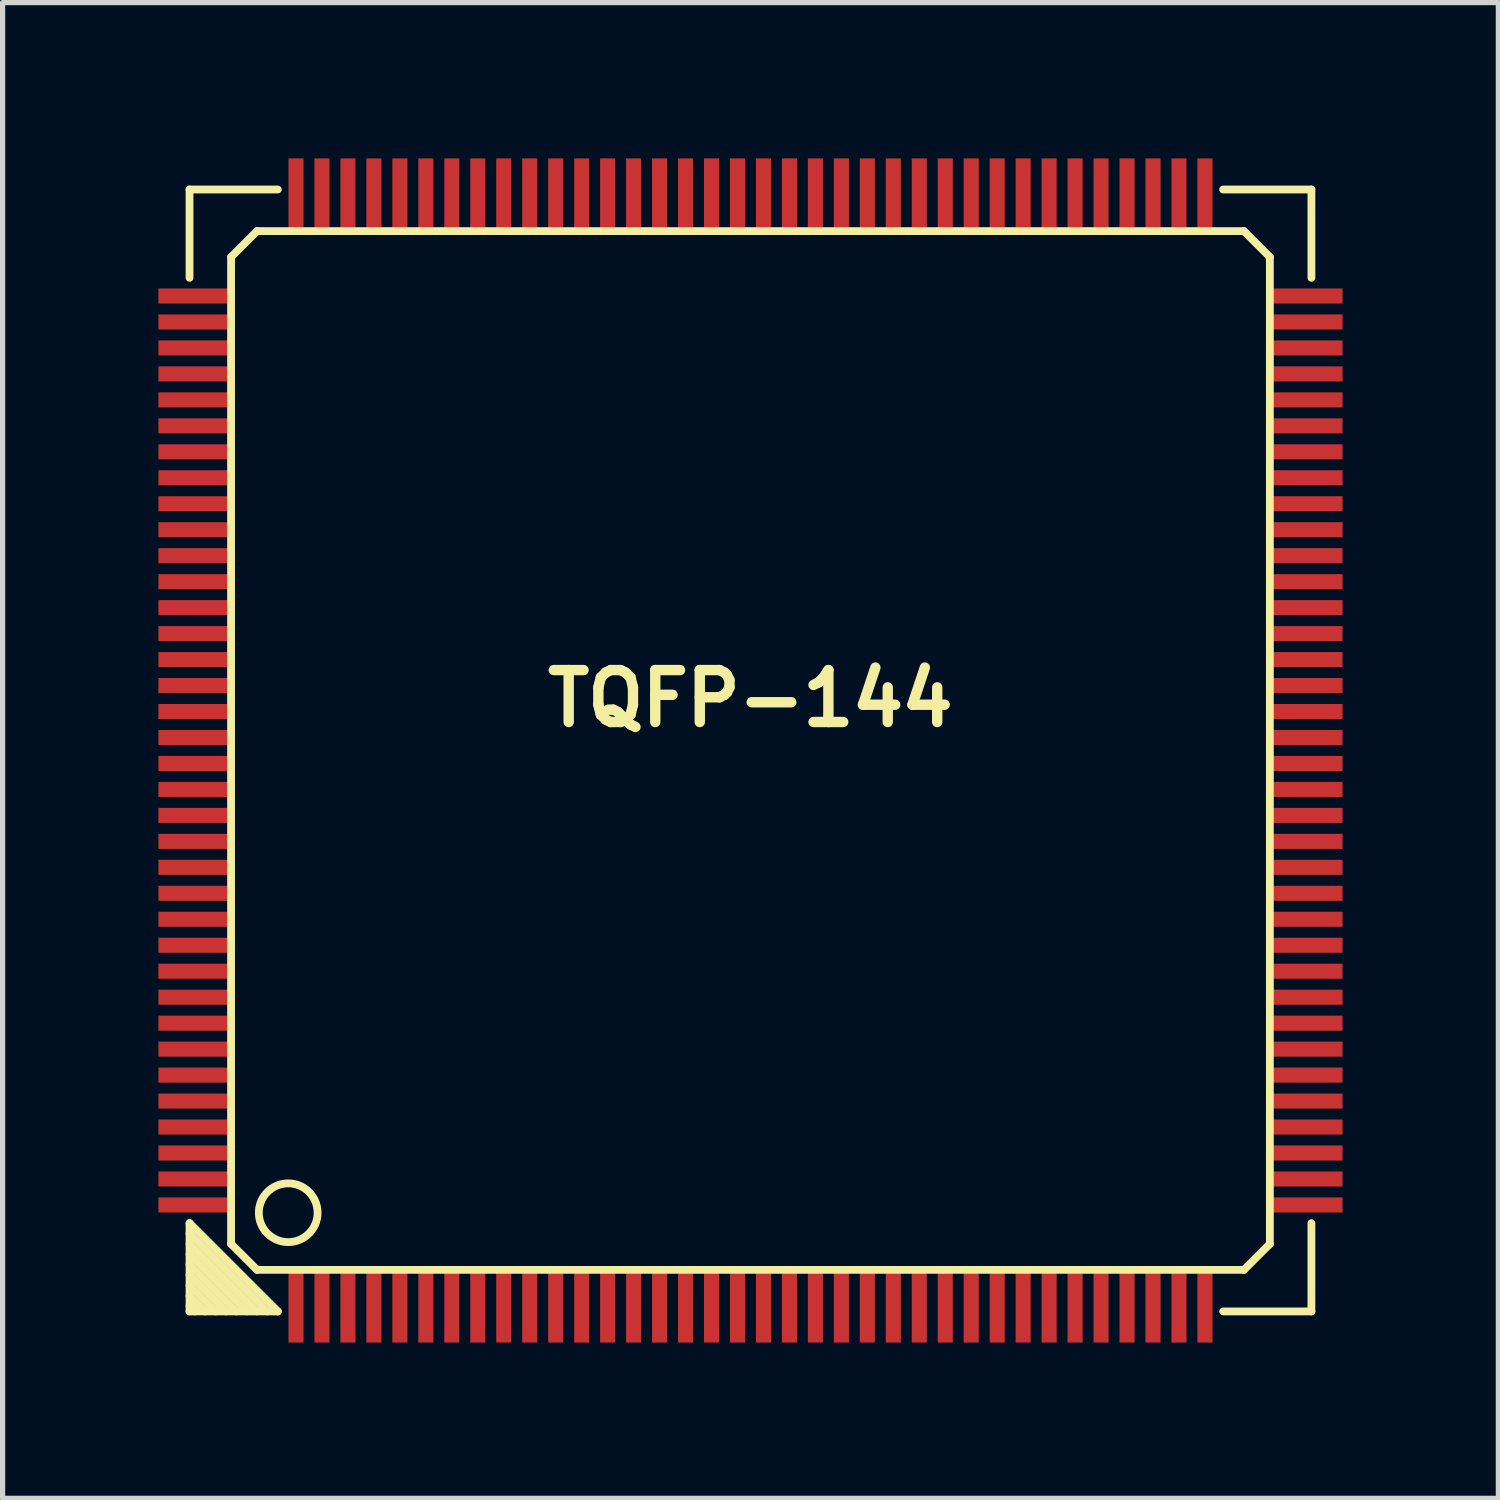
<source format=kicad_pcb>
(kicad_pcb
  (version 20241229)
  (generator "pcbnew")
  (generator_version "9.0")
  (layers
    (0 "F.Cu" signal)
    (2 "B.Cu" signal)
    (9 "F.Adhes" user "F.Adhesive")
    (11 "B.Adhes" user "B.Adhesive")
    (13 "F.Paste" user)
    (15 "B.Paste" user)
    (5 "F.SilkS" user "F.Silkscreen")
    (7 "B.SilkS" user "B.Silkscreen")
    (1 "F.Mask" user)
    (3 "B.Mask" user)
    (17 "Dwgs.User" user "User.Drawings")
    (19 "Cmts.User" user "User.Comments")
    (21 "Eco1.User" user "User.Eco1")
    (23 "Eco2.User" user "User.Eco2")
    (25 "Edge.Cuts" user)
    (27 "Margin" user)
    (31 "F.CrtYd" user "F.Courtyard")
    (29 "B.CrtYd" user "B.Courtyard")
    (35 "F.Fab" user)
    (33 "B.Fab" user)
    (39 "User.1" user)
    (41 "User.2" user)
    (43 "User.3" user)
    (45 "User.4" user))
  (footprint "TQFP-144"
    (layer "F.Cu")
    (at 11.399 11.399)
    (property "Reference" "TQFP-144" (at 0 -1 0) (layer "F.SilkS") (effects (font (size 1 1) (thickness 0.2))))
    (attr through_hole)
    (fp_line (start -10.8 -10.8) (end -9.1 -10.8) (stroke (width 0.15) (type solid)) (layer "F.SilkS"))
    (fp_line (start -10.8 -9.1) (end -10.8 -10.8) (stroke (width 0.15) (type solid)) (layer "F.SilkS"))
    (fp_line (start -10.8 9.1) (end -9.1 10.8) (stroke (width 0.15) (type solid)) (layer "F.SilkS"))
    (fp_line (start -10.8 9.5) (end -9.5 10.8) (stroke (width 0.15) (type solid)) (layer "F.SilkS"))
    (fp_line (start -10.8 9.9) (end -9.9 10.8) (stroke (width 0.15) (type solid)) (layer "F.SilkS"))
    (fp_line (start -10.8 10.3) (end -10.3 10.8) (stroke (width 0.15) (type solid)) (layer "F.SilkS"))
    (fp_line (start -10.8 10.7) (end -10.7 10.8) (stroke (width 0.15) (type solid)) (layer "F.SilkS"))
    (fp_line (start -10.8 10.8) (end -10.8 9.1) (stroke (width 0.15) (type solid)) (layer "F.SilkS"))
    (fp_line (start -10.5 10.8) (end -10.8 10.5) (stroke (width 0.15) (type solid)) (layer "F.SilkS"))
    (fp_line (start -10.1 10.8) (end -10.8 10.1) (stroke (width 0.15) (type solid)) (layer "F.SilkS"))
    (fp_line (start -10 -9.5) (end -9.5 -10) (stroke (width 0.15) (type solid)) (layer "F.SilkS"))
    (fp_line (start -10 9.5) (end -10 -9.5) (stroke (width 0.15) (type solid)) (layer "F.SilkS"))
    (fp_line (start -9.7 10.8) (end -10.8 9.7) (stroke (width 0.15) (type solid)) (layer "F.SilkS"))
    (fp_line (start -9.5 -10) (end 9.5 -10) (stroke (width 0.15) (type solid)) (layer "F.SilkS"))
    (fp_line (start -9.5 10) (end -10 9.5) (stroke (width 0.15) (type solid)) (layer "F.SilkS"))
    (fp_line (start -9.3 10.8) (end -10.8 9.3) (stroke (width 0.15) (type solid)) (layer "F.SilkS"))
    (fp_line (start -9.1 10.8) (end -10.8 10.8) (stroke (width 0.15) (type solid)) (layer "F.SilkS"))
    (fp_line (start 9.1 -10.8) (end 10.8 -10.8) (stroke (width 0.15) (type solid)) (layer "F.SilkS"))
    (fp_line (start 9.5 -10) (end 10 -9.5) (stroke (width 0.15) (type solid)) (layer "F.SilkS"))
    (fp_line (start 9.5 10) (end -9.5 10) (stroke (width 0.15) (type solid)) (layer "F.SilkS"))
    (fp_line (start 10 -9.5) (end 10 9.5) (stroke (width 0.15) (type solid)) (layer "F.SilkS"))
    (fp_line (start 10 9.5) (end 9.5 10) (stroke (width 0.15) (type solid)) (layer "F.SilkS"))
    (fp_line (start 10.8 -10.8) (end 10.8 -9.1) (stroke (width 0.15) (type solid)) (layer "F.SilkS"))
    (fp_line (start 10.8 9.1) (end 10.8 10.8) (stroke (width 0.15) (type solid)) (layer "F.SilkS"))
    (fp_line (start 10.8 10.8) (end 9.1 10.8) (stroke (width 0.15) (type solid)) (layer "F.SilkS"))
    (fp_circle (center -8.9 8.9) (end -9.3 9.3) (stroke (width 0.15) (type solid)) (fill no) (layer "F.SilkS"))
    (pad "1" smd rect (at -8.75 10.724) (size 0.29 1.35) (layers "F.Cu" "F.Mask" "F.Paste"))
    (pad "2" smd rect (at -8.25 10.724) (size 0.29 1.35) (layers "F.Cu" "F.Mask" "F.Paste"))
    (pad "3" smd rect (at -7.75 10.724) (size 0.29 1.35) (layers "F.Cu" "F.Mask" "F.Paste"))
    (pad "4" smd rect (at -7.25 10.724) (size 0.29 1.35) (layers "F.Cu" "F.Mask" "F.Paste"))
    (pad "5" smd rect (at -6.75 10.724) (size 0.29 1.35) (layers "F.Cu" "F.Mask" "F.Paste"))
    (pad "6" smd rect (at -6.25 10.724) (size 0.29 1.35) (layers "F.Cu" "F.Mask" "F.Paste"))
    (pad "7" smd rect (at -5.75 10.724) (size 0.29 1.35) (layers "F.Cu" "F.Mask" "F.Paste"))
    (pad "8" smd rect (at -5.25 10.724) (size 0.29 1.35) (layers "F.Cu" "F.Mask" "F.Paste"))
    (pad "9" smd rect (at -4.75 10.724) (size 0.29 1.35) (layers "F.Cu" "F.Mask" "F.Paste"))
    (pad "10" smd rect (at -4.25 10.724) (size 0.29 1.35) (layers "F.Cu" "F.Mask" "F.Paste"))
    (pad "11" smd rect (at -3.75 10.724) (size 0.29 1.35) (layers "F.Cu" "F.Mask" "F.Paste"))
    (pad "12" smd rect (at -3.25 10.724) (size 0.29 1.35) (layers "F.Cu" "F.Mask" "F.Paste"))
    (pad "13" smd rect (at -2.75 10.724) (size 0.29 1.35) (layers "F.Cu" "F.Mask" "F.Paste"))
    (pad "14" smd rect (at -2.25 10.724) (size 0.29 1.35) (layers "F.Cu" "F.Mask" "F.Paste"))
    (pad "15" smd rect (at -1.75 10.724) (size 0.29 1.35) (layers "F.Cu" "F.Mask" "F.Paste"))
    (pad "16" smd rect (at -1.25 10.724) (size 0.29 1.35) (layers "F.Cu" "F.Mask" "F.Paste"))
    (pad "17" smd rect (at -0.75 10.724) (size 0.29 1.35) (layers "F.Cu" "F.Mask" "F.Paste"))
    (pad "18" smd rect (at -0.25 10.724) (size 0.29 1.35) (layers "F.Cu" "F.Mask" "F.Paste"))
    (pad "19" smd rect (at 0.25 10.724) (size 0.29 1.35) (layers "F.Cu" "F.Mask" "F.Paste"))
    (pad "20" smd rect (at 0.75 10.724) (size 0.29 1.35) (layers "F.Cu" "F.Mask" "F.Paste"))
    (pad "21" smd rect (at 1.25 10.724) (size 0.29 1.35) (layers "F.Cu" "F.Mask" "F.Paste"))
    (pad "22" smd rect (at 1.75 10.724) (size 0.29 1.35) (layers "F.Cu" "F.Mask" "F.Paste"))
    (pad "23" smd rect (at 2.25 10.724) (size 0.29 1.35) (layers "F.Cu" "F.Mask" "F.Paste"))
    (pad "24" smd rect (at 2.75 10.724) (size 0.29 1.35) (layers "F.Cu" "F.Mask" "F.Paste"))
    (pad "25" smd rect (at 3.25 10.724) (size 0.29 1.35) (layers "F.Cu" "F.Mask" "F.Paste"))
    (pad "26" smd rect (at 3.75 10.724) (size 0.29 1.35) (layers "F.Cu" "F.Mask" "F.Paste"))
    (pad "27" smd rect (at 4.25 10.724) (size 0.29 1.35) (layers "F.Cu" "F.Mask" "F.Paste"))
    (pad "28" smd rect (at 4.75 10.724) (size 0.29 1.35) (layers "F.Cu" "F.Mask" "F.Paste"))
    (pad "29" smd rect (at 5.25 10.724) (size 0.29 1.35) (layers "F.Cu" "F.Mask" "F.Paste"))
    (pad "30" smd rect (at 5.75 10.724) (size 0.29 1.35) (layers "F.Cu" "F.Mask" "F.Paste"))
    (pad "31" smd rect (at 6.25 10.724) (size 0.29 1.35) (layers "F.Cu" "F.Mask" "F.Paste"))
    (pad "32" smd rect (at 6.75 10.724) (size 0.29 1.35) (layers "F.Cu" "F.Mask" "F.Paste"))
    (pad "33" smd rect (at 7.25 10.724) (size 0.29 1.35) (layers "F.Cu" "F.Mask" "F.Paste"))
    (pad "34" smd rect (at 7.75 10.724) (size 0.29 1.35) (layers "F.Cu" "F.Mask" "F.Paste"))
    (pad "35" smd rect (at 8.25 10.724) (size 0.29 1.35) (layers "F.Cu" "F.Mask" "F.Paste"))
    (pad "36" smd rect (at 8.75 10.724) (size 0.29 1.35) (layers "F.Cu" "F.Mask" "F.Paste"))
    (pad "37" smd rect (at 10.724 8.75) (size 1.35 0.29) (layers "F.Cu" "F.Mask" "F.Paste"))
    (pad "38" smd rect (at 10.724 8.25) (size 1.35 0.29) (layers "F.Cu" "F.Mask" "F.Paste"))
    (pad "39" smd rect (at 10.724 7.75) (size 1.35 0.29) (layers "F.Cu" "F.Mask" "F.Paste"))
    (pad "40" smd rect (at 10.724 7.25) (size 1.35 0.29) (layers "F.Cu" "F.Mask" "F.Paste"))
    (pad "41" smd rect (at 10.724 6.75) (size 1.35 0.29) (layers "F.Cu" "F.Mask" "F.Paste"))
    (pad "42" smd rect (at 10.724 6.25) (size 1.35 0.29) (layers "F.Cu" "F.Mask" "F.Paste"))
    (pad "43" smd rect (at 10.724 5.75) (size 1.35 0.29) (layers "F.Cu" "F.Mask" "F.Paste"))
    (pad "44" smd rect (at 10.724 5.25) (size 1.35 0.29) (layers "F.Cu" "F.Mask" "F.Paste"))
    (pad "45" smd rect (at 10.724 4.75) (size 1.35 0.29) (layers "F.Cu" "F.Mask" "F.Paste"))
    (pad "46" smd rect (at 10.724 4.25) (size 1.35 0.29) (layers "F.Cu" "F.Mask" "F.Paste"))
    (pad "47" smd rect (at 10.724 3.75) (size 1.35 0.29) (layers "F.Cu" "F.Mask" "F.Paste"))
    (pad "48" smd rect (at 10.724 3.25) (size 1.35 0.29) (layers "F.Cu" "F.Mask" "F.Paste"))
    (pad "49" smd rect (at 10.724 2.75) (size 1.35 0.29) (layers "F.Cu" "F.Mask" "F.Paste"))
    (pad "50" smd rect (at 10.724 2.25) (size 1.35 0.29) (layers "F.Cu" "F.Mask" "F.Paste"))
    (pad "51" smd rect (at 10.724 1.75) (size 1.35 0.29) (layers "F.Cu" "F.Mask" "F.Paste"))
    (pad "52" smd rect (at 10.724 1.25) (size 1.35 0.29) (layers "F.Cu" "F.Mask" "F.Paste"))
    (pad "53" smd rect (at 10.724 0.75) (size 1.35 0.29) (layers "F.Cu" "F.Mask" "F.Paste"))
    (pad "54" smd rect (at 10.724 0.25) (size 1.35 0.29) (layers "F.Cu" "F.Mask" "F.Paste"))
    (pad "55" smd rect (at 10.724 -0.25) (size 1.35 0.29) (layers "F.Cu" "F.Mask" "F.Paste"))
    (pad "56" smd rect (at 10.724 -0.75) (size 1.35 0.29) (layers "F.Cu" "F.Mask" "F.Paste"))
    (pad "57" smd rect (at 10.724 -1.25) (size 1.35 0.29) (layers "F.Cu" "F.Mask" "F.Paste"))
    (pad "58" smd rect (at 10.724 -1.75) (size 1.35 0.29) (layers "F.Cu" "F.Mask" "F.Paste"))
    (pad "59" smd rect (at 10.724 -2.25) (size 1.35 0.29) (layers "F.Cu" "F.Mask" "F.Paste"))
    (pad "60" smd rect (at 10.724 -2.75) (size 1.35 0.29) (layers "F.Cu" "F.Mask" "F.Paste"))
    (pad "61" smd rect (at 10.724 -3.25) (size 1.35 0.29) (layers "F.Cu" "F.Mask" "F.Paste"))
    (pad "62" smd rect (at 10.724 -3.75) (size 1.35 0.29) (layers "F.Cu" "F.Mask" "F.Paste"))
    (pad "63" smd rect (at 10.724 -4.25) (size 1.35 0.29) (layers "F.Cu" "F.Mask" "F.Paste"))
    (pad "64" smd rect (at 10.724 -4.75) (size 1.35 0.29) (layers "F.Cu" "F.Mask" "F.Paste"))
    (pad "65" smd rect (at 10.724 -5.25) (size 1.35 0.29) (layers "F.Cu" "F.Mask" "F.Paste"))
    (pad "66" smd rect (at 10.724 -5.75) (size 1.35 0.29) (layers "F.Cu" "F.Mask" "F.Paste"))
    (pad "67" smd rect (at 10.724 -6.25) (size 1.35 0.29) (layers "F.Cu" "F.Mask" "F.Paste"))
    (pad "68" smd rect (at 10.724 -6.75) (size 1.35 0.29) (layers "F.Cu" "F.Mask" "F.Paste"))
    (pad "69" smd rect (at 10.724 -7.25) (size 1.35 0.29) (layers "F.Cu" "F.Mask" "F.Paste"))
    (pad "70" smd rect (at 10.724 -7.75) (size 1.35 0.29) (layers "F.Cu" "F.Mask" "F.Paste"))
    (pad "71" smd rect (at 10.724 -8.25) (size 1.35 0.29) (layers "F.Cu" "F.Mask" "F.Paste"))
    (pad "72" smd rect (at 10.724 -8.75) (size 1.35 0.29) (layers "F.Cu" "F.Mask" "F.Paste"))
    (pad "73" smd rect (at 8.75 -10.724) (size 0.29 1.35) (layers "F.Cu" "F.Mask" "F.Paste"))
    (pad "74" smd rect (at 8.25 -10.724) (size 0.29 1.35) (layers "F.Cu" "F.Mask" "F.Paste"))
    (pad "75" smd rect (at 7.75 -10.724) (size 0.29 1.35) (layers "F.Cu" "F.Mask" "F.Paste"))
    (pad "76" smd rect (at 7.25 -10.724) (size 0.29 1.35) (layers "F.Cu" "F.Mask" "F.Paste"))
    (pad "77" smd rect (at 6.75 -10.724) (size 0.29 1.35) (layers "F.Cu" "F.Mask" "F.Paste"))
    (pad "78" smd rect (at 6.25 -10.724) (size 0.29 1.35) (layers "F.Cu" "F.Mask" "F.Paste"))
    (pad "79" smd rect (at 5.75 -10.724) (size 0.29 1.35) (layers "F.Cu" "F.Mask" "F.Paste"))
    (pad "80" smd rect (at 5.25 -10.724) (size 0.29 1.35) (layers "F.Cu" "F.Mask" "F.Paste"))
    (pad "81" smd rect (at 4.75 -10.724) (size 0.29 1.35) (layers "F.Cu" "F.Mask" "F.Paste"))
    (pad "82" smd rect (at 4.25 -10.724) (size 0.29 1.35) (layers "F.Cu" "F.Mask" "F.Paste"))
    (pad "83" smd rect (at 3.75 -10.724) (size 0.29 1.35) (layers "F.Cu" "F.Mask" "F.Paste"))
    (pad "84" smd rect (at 3.25 -10.724) (size 0.29 1.35) (layers "F.Cu" "F.Mask" "F.Paste"))
    (pad "85" smd rect (at 2.75 -10.724) (size 0.29 1.35) (layers "F.Cu" "F.Mask" "F.Paste"))
    (pad "86" smd rect (at 2.25 -10.724) (size 0.29 1.35) (layers "F.Cu" "F.Mask" "F.Paste"))
    (pad "87" smd rect (at 1.75 -10.724) (size 0.29 1.35) (layers "F.Cu" "F.Mask" "F.Paste"))
    (pad "88" smd rect (at 1.25 -10.724) (size 0.29 1.35) (layers "F.Cu" "F.Mask" "F.Paste"))
    (pad "89" smd rect (at 0.75 -10.724) (size 0.29 1.35) (layers "F.Cu" "F.Mask" "F.Paste"))
    (pad "90" smd rect (at 0.25 -10.724) (size 0.29 1.35) (layers "F.Cu" "F.Mask" "F.Paste"))
    (pad "91" smd rect (at -0.25 -10.724) (size 0.29 1.35) (layers "F.Cu" "F.Mask" "F.Paste"))
    (pad "92" smd rect (at -0.75 -10.724) (size 0.29 1.35) (layers "F.Cu" "F.Mask" "F.Paste"))
    (pad "93" smd rect (at -1.25 -10.724) (size 0.29 1.35) (layers "F.Cu" "F.Mask" "F.Paste"))
    (pad "94" smd rect (at -1.75 -10.724) (size 0.29 1.35) (layers "F.Cu" "F.Mask" "F.Paste"))
    (pad "95" smd rect (at -2.25 -10.724) (size 0.29 1.35) (layers "F.Cu" "F.Mask" "F.Paste"))
    (pad "96" smd rect (at -2.75 -10.724) (size 0.29 1.35) (layers "F.Cu" "F.Mask" "F.Paste"))
    (pad "97" smd rect (at -3.25 -10.724) (size 0.29 1.35) (layers "F.Cu" "F.Mask" "F.Paste"))
    (pad "98" smd rect (at -3.75 -10.724) (size 0.29 1.35) (layers "F.Cu" "F.Mask" "F.Paste"))
    (pad "99" smd rect (at -4.25 -10.724) (size 0.29 1.35) (layers "F.Cu" "F.Mask" "F.Paste"))
    (pad "100" smd rect (at -4.75 -10.724) (size 0.29 1.35) (layers "F.Cu" "F.Mask" "F.Paste"))
    (pad "101" smd rect (at -5.25 -10.724) (size 0.29 1.35) (layers "F.Cu" "F.Mask" "F.Paste"))
    (pad "102" smd rect (at -5.75 -10.724) (size 0.29 1.35) (layers "F.Cu" "F.Mask" "F.Paste"))
    (pad "103" smd rect (at -6.25 -10.724) (size 0.29 1.35) (layers "F.Cu" "F.Mask" "F.Paste"))
    (pad "104" smd rect (at -6.75 -10.724) (size 0.29 1.35) (layers "F.Cu" "F.Mask" "F.Paste"))
    (pad "105" smd rect (at -7.25 -10.724) (size 0.29 1.35) (layers "F.Cu" "F.Mask" "F.Paste"))
    (pad "106" smd rect (at -7.75 -10.724) (size 0.29 1.35) (layers "F.Cu" "F.Mask" "F.Paste"))
    (pad "107" smd rect (at -8.25 -10.724) (size 0.29 1.35) (layers "F.Cu" "F.Mask" "F.Paste"))
    (pad "108" smd rect (at -8.75 -10.724) (size 0.29 1.35) (layers "F.Cu" "F.Mask" "F.Paste"))
    (pad "109" smd rect (at -10.724 -8.75) (size 1.35 0.29) (layers "F.Cu" "F.Mask" "F.Paste"))
    (pad "110" smd rect (at -10.724 -8.25) (size 1.35 0.29) (layers "F.Cu" "F.Mask" "F.Paste"))
    (pad "111" smd rect (at -10.724 -7.75) (size 1.35 0.29) (layers "F.Cu" "F.Mask" "F.Paste"))
    (pad "112" smd rect (at -10.724 -7.25) (size 1.35 0.29) (layers "F.Cu" "F.Mask" "F.Paste"))
    (pad "113" smd rect (at -10.724 -6.75) (size 1.35 0.29) (layers "F.Cu" "F.Mask" "F.Paste"))
    (pad "114" smd rect (at -10.724 -6.25) (size 1.35 0.29) (layers "F.Cu" "F.Mask" "F.Paste"))
    (pad "115" smd rect (at -10.724 -5.75) (size 1.35 0.29) (layers "F.Cu" "F.Mask" "F.Paste"))
    (pad "116" smd rect (at -10.724 -5.25) (size 1.35 0.29) (layers "F.Cu" "F.Mask" "F.Paste"))
    (pad "117" smd rect (at -10.724 -4.75) (size 1.35 0.29) (layers "F.Cu" "F.Mask" "F.Paste"))
    (pad "118" smd rect (at -10.724 -4.25) (size 1.35 0.29) (layers "F.Cu" "F.Mask" "F.Paste"))
    (pad "119" smd rect (at -10.724 -3.75) (size 1.35 0.29) (layers "F.Cu" "F.Mask" "F.Paste"))
    (pad "120" smd rect (at -10.724 -3.25) (size 1.35 0.29) (layers "F.Cu" "F.Mask" "F.Paste"))
    (pad "121" smd rect (at -10.724 -2.75) (size 1.35 0.29) (layers "F.Cu" "F.Mask" "F.Paste"))
    (pad "122" smd rect (at -10.724 -2.25) (size 1.35 0.29) (layers "F.Cu" "F.Mask" "F.Paste"))
    (pad "123" smd rect (at -10.724 -1.75) (size 1.35 0.29) (layers "F.Cu" "F.Mask" "F.Paste"))
    (pad "124" smd rect (at -10.724 -1.25) (size 1.35 0.29) (layers "F.Cu" "F.Mask" "F.Paste"))
    (pad "125" smd rect (at -10.724 -0.75) (size 1.35 0.29) (layers "F.Cu" "F.Mask" "F.Paste"))
    (pad "126" smd rect (at -10.724 -0.25) (size 1.35 0.29) (layers "F.Cu" "F.Mask" "F.Paste"))
    (pad "127" smd rect (at -10.724 0.25) (size 1.35 0.29) (layers "F.Cu" "F.Mask" "F.Paste"))
    (pad "128" smd rect (at -10.724 0.75) (size 1.35 0.29) (layers "F.Cu" "F.Mask" "F.Paste"))
    (pad "129" smd rect (at -10.724 1.25) (size 1.35 0.29) (layers "F.Cu" "F.Mask" "F.Paste"))
    (pad "130" smd rect (at -10.724 1.75) (size 1.35 0.29) (layers "F.Cu" "F.Mask" "F.Paste"))
    (pad "131" smd rect (at -10.724 2.25) (size 1.35 0.29) (layers "F.Cu" "F.Mask" "F.Paste"))
    (pad "132" smd rect (at -10.724 2.75) (size 1.35 0.29) (layers "F.Cu" "F.Mask" "F.Paste"))
    (pad "133" smd rect (at -10.724 3.25) (size 1.35 0.29) (layers "F.Cu" "F.Mask" "F.Paste"))
    (pad "134" smd rect (at -10.724 3.75) (size 1.35 0.29) (layers "F.Cu" "F.Mask" "F.Paste"))
    (pad "135" smd rect (at -10.724 4.25) (size 1.35 0.29) (layers "F.Cu" "F.Mask" "F.Paste"))
    (pad "136" smd rect (at -10.724 4.75) (size 1.35 0.29) (layers "F.Cu" "F.Mask" "F.Paste"))
    (pad "137" smd rect (at -10.724 5.25) (size 1.35 0.29) (layers "F.Cu" "F.Mask" "F.Paste"))
    (pad "138" smd rect (at -10.724 5.75) (size 1.35 0.29) (layers "F.Cu" "F.Mask" "F.Paste"))
    (pad "139" smd rect (at -10.724 6.25) (size 1.35 0.29) (layers "F.Cu" "F.Mask" "F.Paste"))
    (pad "140" smd rect (at -10.724 6.75) (size 1.35 0.29) (layers "F.Cu" "F.Mask" "F.Paste"))
    (pad "141" smd rect (at -10.724 7.25) (size 1.35 0.29) (layers "F.Cu" "F.Mask" "F.Paste"))
    (pad "142" smd rect (at -10.724 7.75) (size 1.35 0.29) (layers "F.Cu" "F.Mask" "F.Paste"))
    (pad "143" smd rect (at -10.724 8.25) (size 1.35 0.29) (layers "F.Cu" "F.Mask" "F.Paste"))
    (pad "144" smd rect (at -10.724 8.75) (size 1.35 0.29) (layers "F.Cu" "F.Mask" "F.Paste")))
  (gr_rect
    (start -3 -3)
    (end 25.798 25.798)
    (stroke (width 0.1) (type default))
    (fill no)
    (layer "Edge.Cuts")))
</source>
